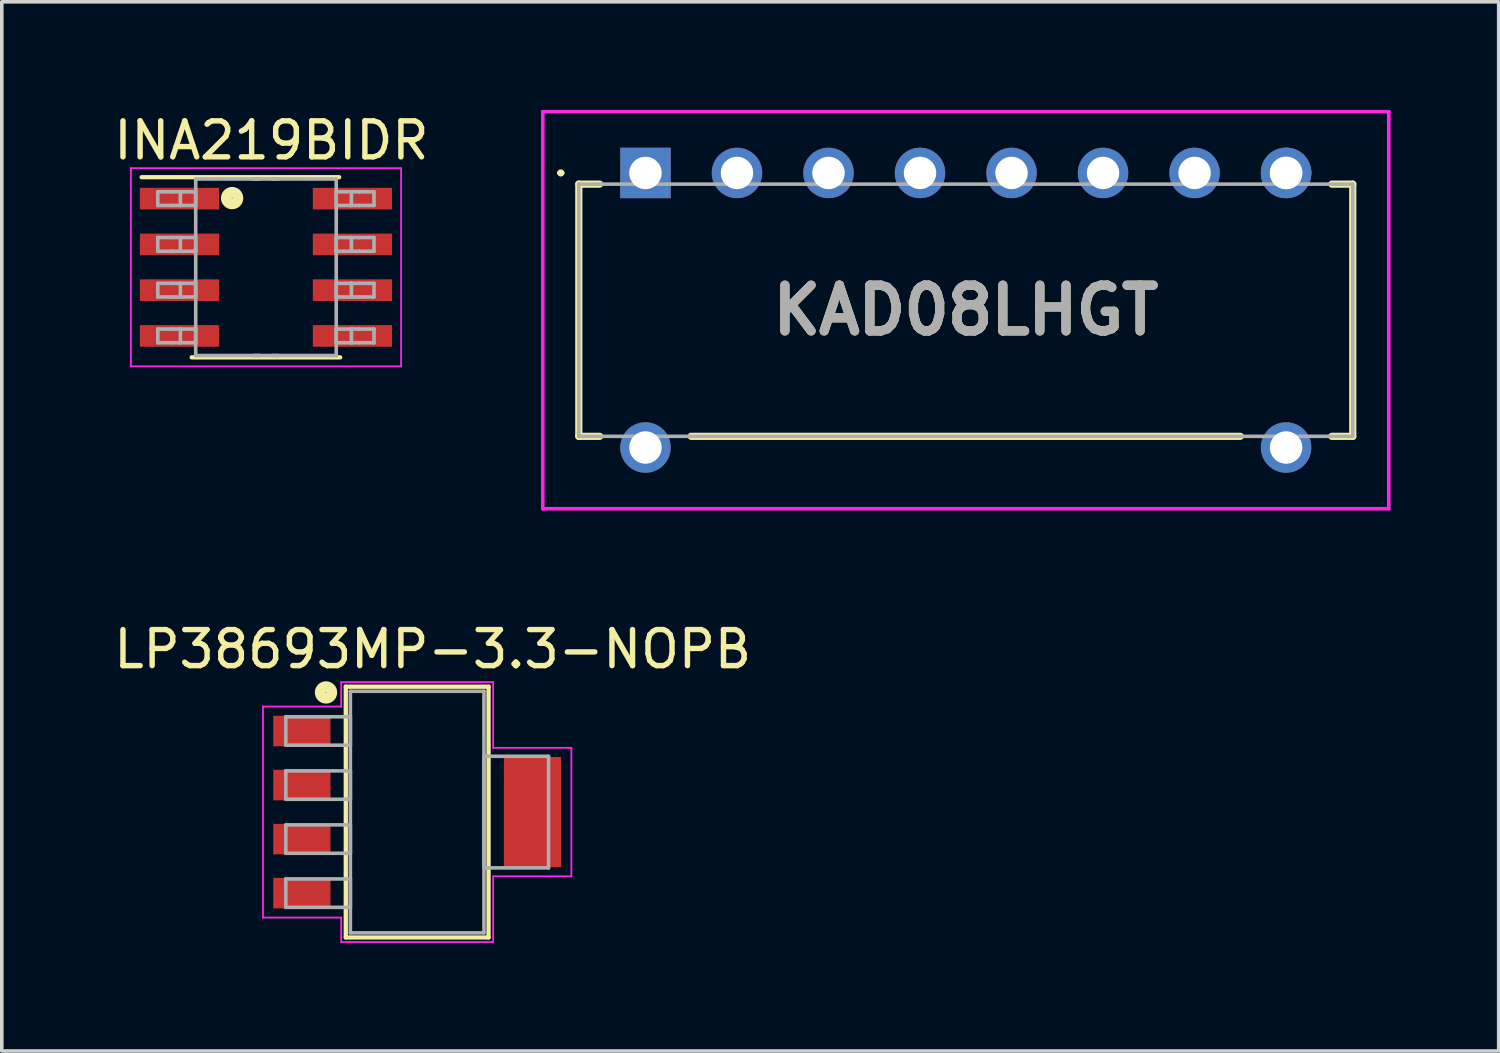
<source format=kicad_pcb>
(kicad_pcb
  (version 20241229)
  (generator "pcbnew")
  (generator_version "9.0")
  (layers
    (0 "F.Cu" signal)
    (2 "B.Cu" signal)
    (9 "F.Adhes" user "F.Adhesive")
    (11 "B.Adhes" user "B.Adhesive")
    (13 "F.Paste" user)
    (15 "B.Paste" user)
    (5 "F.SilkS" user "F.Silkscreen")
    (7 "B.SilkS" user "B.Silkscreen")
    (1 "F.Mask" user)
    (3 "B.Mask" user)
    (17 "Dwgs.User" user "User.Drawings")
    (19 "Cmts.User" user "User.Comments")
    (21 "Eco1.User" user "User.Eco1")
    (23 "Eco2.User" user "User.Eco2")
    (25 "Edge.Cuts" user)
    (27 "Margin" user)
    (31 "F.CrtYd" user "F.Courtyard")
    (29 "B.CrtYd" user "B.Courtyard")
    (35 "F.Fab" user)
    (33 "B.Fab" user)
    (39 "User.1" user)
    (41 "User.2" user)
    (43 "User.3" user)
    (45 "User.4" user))
  (footprint "KAD08LHGT"
    (layer "F.Cu")
    (at 14.864 1.75)
    (property "Reference" "KAD08LHGT" (at 8.89 3.81 0) (layer "F.SilkS") (effects (font (size 1.27 1.27) (thickness 0.254))))
    (attr through_hole)
    (fp_line (start -2.4 0) (end -2.4 0) (stroke (width 0.1) (type solid)) (layer "F.SilkS"))
    (fp_line (start -2.3 0) (end -2.3 0) (stroke (width 0.1) (type solid)) (layer "F.SilkS"))
    (fp_line (start -1.85 0.31) (end -1.27 0.31) (stroke (width 0.2) (type solid)) (layer "F.SilkS"))
    (fp_line (start -1.85 7.31) (end -1.85 0.31) (stroke (width 0.2) (type solid)) (layer "F.SilkS"))
    (fp_line (start -1.27 7.31) (end -1.85 7.31) (stroke (width 0.2) (type solid)) (layer "F.SilkS"))
    (fp_line (start 1.27 7.31) (end 16.51 7.31) (stroke (width 0.2) (type solid)) (layer "F.SilkS"))
    (fp_line (start 19.05 7.31) (end 19.63 7.31) (stroke (width 0.2) (type solid)) (layer "F.SilkS"))
    (fp_line (start 19.63 0.31) (end 19.05 0.31) (stroke (width 0.2) (type solid)) (layer "F.SilkS"))
    (fp_line (start 19.63 7.31) (end 19.63 0.31) (stroke (width 0.2) (type solid)) (layer "F.SilkS"))
    (fp_arc (start -2.4 0) (mid -2.35 -0.05) (end -2.3 0) (stroke (width 0.1) (type solid)) (layer "F.SilkS"))
    (fp_arc (start -2.3 0) (mid -2.35 0.05) (end -2.4 0) (stroke (width 0.1) (type solid)) (layer "F.SilkS"))
    (fp_line (start -2.85 -1.7) (end -2.85 9.32) (stroke (width 0.1) (type solid)) (layer "F.CrtYd"))
    (fp_line (start -2.85 9.32) (end 20.63 9.32) (stroke (width 0.1) (type solid)) (layer "F.CrtYd"))
    (fp_line (start 20.63 -1.7) (end -2.85 -1.7) (stroke (width 0.1) (type solid)) (layer "F.CrtYd"))
    (fp_line (start 20.63 9.32) (end 20.63 -1.7) (stroke (width 0.1) (type solid)) (layer "F.CrtYd"))
    (fp_line (start -1.85 0.31) (end -1.85 7.31) (stroke (width 0.1) (type solid)) (layer "F.Fab"))
    (fp_line (start -1.85 7.31) (end 19.63 7.31) (stroke (width 0.1) (type solid)) (layer "F.Fab"))
    (fp_line (start 19.63 0.31) (end -1.85 0.31) (stroke (width 0.1) (type solid)) (layer "F.Fab"))
    (fp_line (start 19.63 7.31) (end 19.63 0.31) (stroke (width 0.1) (type solid)) (layer "F.Fab"))
    (fp_text user "${REFERENCE}" (at 8.89 3.81 0) (layer "F.Fab") (effects (font (size 1.27 1.27) (thickness 0.254))))
    (pad "A1" thru_hole rect (at 0 0) (size 1.4 1.4) (drill 0.9) (layers "*.Cu" "*.Mask"))
    (pad "A2" thru_hole circle (at 2.54 0) (size 1.4 1.4) (drill 0.9) (layers "*.Cu" "*.Mask"))
    (pad "A3" thru_hole circle (at 5.08 0) (size 1.4 1.4) (drill 0.9) (layers "*.Cu" "*.Mask"))
    (pad "A4" thru_hole circle (at 7.62 0) (size 1.4 1.4) (drill 0.9) (layers "*.Cu" "*.Mask"))
    (pad "A5" thru_hole circle (at 10.16 0) (size 1.4 1.4) (drill 0.9) (layers "*.Cu" "*.Mask"))
    (pad "A6" thru_hole circle (at 12.7 0) (size 1.4 1.4) (drill 0.9) (layers "*.Cu" "*.Mask"))
    (pad "A7" thru_hole circle (at 15.24 0) (size 1.4 1.4) (drill 0.9) (layers "*.Cu" "*.Mask"))
    (pad "A8" thru_hole circle (at 17.78 0) (size 1.4 1.4) (drill 0.9) (layers "*.Cu" "*.Mask"))
    (pad "A9" thru_hole circle (at 17.78 0) (size 1.4 1.4) (drill 0.9) (layers "*.Cu" "*.Mask"))
    (pad "B1" thru_hole circle (at 0 7.62) (size 1.4 1.4) (drill 0.9) (layers "*.Cu" "*.Mask"))
    (pad "B8" thru_hole circle (at 17.78 7.62) (size 1.4 1.4) (drill 0.9) (layers "*.Cu" "*.Mask")))
  (footprint "INA219BIDR"
    (layer "F.Cu")
    (at 4.332 4.368)
    (property "Reference" "INA219BIDR" (at 0.15 -3.52 0) (layer "F.SilkS") (effects (font (size 1 1) (thickness 0.15))))
    (attr through_hole)
    (fp_line (start -3.45 -2.5) (end 2.03 -2.5) (stroke (width 0.12) (type solid)) (layer "F.SilkS"))
    (fp_line (start -2.06 2.5) (end 2.06 2.5) (stroke (width 0.12) (type solid)) (layer "F.SilkS"))
    (fp_circle (center -0.94 -1.92) (end -0.95 -1.92) (stroke (width 0.3) (type solid)) (fill no) (layer "F.SilkS"))
    (fp_line (start -3.75 -2.75) (end 3.75 -2.75) (stroke (width 0.05) (type solid)) (layer "F.CrtYd"))
    (fp_line (start -3.75 2.75) (end -3.75 -2.75) (stroke (width 0.05) (type solid)) (layer "F.CrtYd"))
    (fp_line (start -3.75 2.75) (end 3.75 2.75) (stroke (width 0.05) (type solid)) (layer "F.CrtYd"))
    (fp_line (start 3.75 2.75) (end 3.75 -2.75) (stroke (width 0.05) (type solid)) (layer "F.CrtYd"))
    (fp_line (start -3.002 -2.095) (end -2.589 -2.095) (stroke (width 0.1) (type solid)) (layer "F.Fab"))
    (fp_line (start -3.002 -1.715) (end -3.002 -2.095) (stroke (width 0.1) (type solid)) (layer "F.Fab"))
    (fp_line (start -3.002 -1.715) (end -2.589 -1.715) (stroke (width 0.1) (type solid)) (layer "F.Fab"))
    (fp_line (start -3.002 -0.825) (end -2.589 -0.825) (stroke (width 0.1) (type solid)) (layer "F.Fab"))
    (fp_line (start -3.002 -0.445) (end -3.002 -0.825) (stroke (width 0.1) (type solid)) (layer "F.Fab"))
    (fp_line (start -3.002 -0.445) (end -2.589 -0.445) (stroke (width 0.1) (type solid)) (layer "F.Fab"))
    (fp_line (start -3.002 0.445) (end -2.589 0.445) (stroke (width 0.1) (type solid)) (layer "F.Fab"))
    (fp_line (start -3.002 0.825) (end -3.002 0.445) (stroke (width 0.1) (type solid)) (layer "F.Fab"))
    (fp_line (start -3.002 0.825) (end -2.589 0.825) (stroke (width 0.1) (type solid)) (layer "F.Fab"))
    (fp_line (start -3.002 1.715) (end -2.589 1.715) (stroke (width 0.1) (type solid)) (layer "F.Fab"))
    (fp_line (start -3.002 2.095) (end -3.002 1.715) (stroke (width 0.1) (type solid)) (layer "F.Fab"))
    (fp_line (start -3.002 2.095) (end -2.589 2.095) (stroke (width 0.1) (type solid)) (layer "F.Fab"))
    (fp_line (start -2.589 -2.095) (end -2.375 -2.095) (stroke (width 0.1) (type solid)) (layer "F.Fab"))
    (fp_line (start -2.589 -1.715) (end -2.375 -1.715) (stroke (width 0.1) (type solid)) (layer "F.Fab"))
    (fp_line (start -2.589 -0.825) (end -2.375 -0.825) (stroke (width 0.1) (type solid)) (layer "F.Fab"))
    (fp_line (start -2.589 -0.445) (end -2.375 -0.445) (stroke (width 0.1) (type solid)) (layer "F.Fab"))
    (fp_line (start -2.589 0.445) (end -2.375 0.445) (stroke (width 0.1) (type solid)) (layer "F.Fab"))
    (fp_line (start -2.589 0.825) (end -2.375 0.825) (stroke (width 0.1) (type solid)) (layer "F.Fab"))
    (fp_line (start -2.589 1.715) (end -2.375 1.715) (stroke (width 0.1) (type solid)) (layer "F.Fab"))
    (fp_line (start -2.589 2.095) (end -2.375 2.095) (stroke (width 0.1) (type solid)) (layer "F.Fab"))
    (fp_line (start -2.375 -2.095) (end -1.995 -2.095) (stroke (width 0.1) (type solid)) (layer "F.Fab"))
    (fp_line (start -2.375 -1.715) (end -2.375 -2.095) (stroke (width 0.1) (type solid)) (layer "F.Fab"))
    (fp_line (start -2.375 -1.715) (end -1.995 -1.715) (stroke (width 0.1) (type solid)) (layer "F.Fab"))
    (fp_line (start -2.375 -0.825) (end -1.995 -0.825) (stroke (width 0.1) (type solid)) (layer "F.Fab"))
    (fp_line (start -2.375 -0.445) (end -2.375 -0.825) (stroke (width 0.1) (type solid)) (layer "F.Fab"))
    (fp_line (start -2.375 -0.445) (end -1.995 -0.445) (stroke (width 0.1) (type solid)) (layer "F.Fab"))
    (fp_line (start -2.375 0.445) (end -1.995 0.445) (stroke (width 0.1) (type solid)) (layer "F.Fab"))
    (fp_line (start -2.375 0.825) (end -2.375 0.445) (stroke (width 0.1) (type solid)) (layer "F.Fab"))
    (fp_line (start -2.375 0.825) (end -1.995 0.825) (stroke (width 0.1) (type solid)) (layer "F.Fab"))
    (fp_line (start -2.375 1.715) (end -1.995 1.715) (stroke (width 0.1) (type solid)) (layer "F.Fab"))
    (fp_line (start -2.375 2.095) (end -2.375 1.715) (stroke (width 0.1) (type solid)) (layer "F.Fab"))
    (fp_line (start -2.375 2.095) (end -1.995 2.095) (stroke (width 0.1) (type solid)) (layer "F.Fab"))
    (fp_line (start -1.995 -2.095) (end -1.952 -2.095) (stroke (width 0.1) (type solid)) (layer "F.Fab"))
    (fp_line (start -1.995 -1.715) (end -1.952 -1.715) (stroke (width 0.1) (type solid)) (layer "F.Fab"))
    (fp_line (start -1.995 -0.825) (end -1.952 -0.825) (stroke (width 0.1) (type solid)) (layer "F.Fab"))
    (fp_line (start -1.995 -0.445) (end -1.952 -0.445) (stroke (width 0.1) (type solid)) (layer "F.Fab"))
    (fp_line (start -1.995 0.445) (end -1.952 0.445) (stroke (width 0.1) (type solid)) (layer "F.Fab"))
    (fp_line (start -1.995 0.825) (end -1.952 0.825) (stroke (width 0.1) (type solid)) (layer "F.Fab"))
    (fp_line (start -1.995 1.715) (end -1.952 1.715) (stroke (width 0.1) (type solid)) (layer "F.Fab"))
    (fp_line (start -1.995 2.095) (end -1.952 2.095) (stroke (width 0.1) (type solid)) (layer "F.Fab"))
    (fp_line (start -1.952 -1.715) (end -1.952 -2.095) (stroke (width 0.1) (type solid)) (layer "F.Fab"))
    (fp_line (start -1.952 -0.445) (end -1.952 -0.825) (stroke (width 0.1) (type solid)) (layer "F.Fab"))
    (fp_line (start -1.952 0.825) (end -1.952 0.445) (stroke (width 0.1) (type solid)) (layer "F.Fab"))
    (fp_line (start -1.952 2.095) (end -1.952 1.715) (stroke (width 0.1) (type solid)) (layer "F.Fab"))
    (fp_line (start -1.95 -2.45) (end -0.332 -2.45) (stroke (width 0.1) (type solid)) (layer "F.Fab"))
    (fp_line (start -1.95 2.45) (end -1.95 -2.45) (stroke (width 0.1) (type solid)) (layer "F.Fab"))
    (fp_line (start -1.95 2.45) (end -0.332 2.45) (stroke (width 0.1) (type solid)) (layer "F.Fab"))
    (fp_line (start -0.332 -2.45) (end -0.182 -2.45) (stroke (width 0.1) (type solid)) (layer "F.Fab"))
    (fp_line (start -0.332 -2.45) (end -0.182 -2.45) (stroke (width 0.1) (type solid)) (layer "F.Fab"))
    (fp_line (start -0.332 2.45) (end -0.182 2.45) (stroke (width 0.1) (type solid)) (layer "F.Fab"))
    (fp_line (start -0.332 2.45) (end -0.182 2.45) (stroke (width 0.1) (type solid)) (layer "F.Fab"))
    (fp_line (start -0.182 -2.45) (end 0.178 -2.45) (stroke (width 0.1) (type solid)) (layer "F.Fab"))
    (fp_line (start -0.182 2.45) (end 0.178 2.45) (stroke (width 0.1) (type solid)) (layer "F.Fab"))
    (fp_line (start 0.178 -2.45) (end 0.328 -2.45) (stroke (width 0.1) (type solid)) (layer "F.Fab"))
    (fp_line (start 0.178 -2.45) (end 0.328 -2.45) (stroke (width 0.1) (type solid)) (layer "F.Fab"))
    (fp_line (start 0.178 2.45) (end 0.328 2.45) (stroke (width 0.1) (type solid)) (layer "F.Fab"))
    (fp_line (start 0.178 2.45) (end 0.328 2.45) (stroke (width 0.1) (type solid)) (layer "F.Fab"))
    (fp_line (start 0.328 -2.45) (end 1.95 -2.45) (stroke (width 0.1) (type solid)) (layer "F.Fab"))
    (fp_line (start 0.328 2.45) (end 1.95 2.45) (stroke (width 0.1) (type solid)) (layer "F.Fab"))
    (fp_line (start 1.948 -2.095) (end 1.991 -2.095) (stroke (width 0.1) (type solid)) (layer "F.Fab"))
    (fp_line (start 1.948 -1.715) (end 1.948 -2.095) (stroke (width 0.1) (type solid)) (layer "F.Fab"))
    (fp_line (start 1.948 -1.715) (end 1.991 -1.715) (stroke (width 0.1) (type solid)) (layer "F.Fab"))
    (fp_line (start 1.948 -0.825) (end 1.991 -0.825) (stroke (width 0.1) (type solid)) (layer "F.Fab"))
    (fp_line (start 1.948 -0.445) (end 1.948 -0.825) (stroke (width 0.1) (type solid)) (layer "F.Fab"))
    (fp_line (start 1.948 -0.445) (end 1.991 -0.445) (stroke (width 0.1) (type solid)) (layer "F.Fab"))
    (fp_line (start 1.948 0.445) (end 1.991 0.445) (stroke (width 0.1) (type solid)) (layer "F.Fab"))
    (fp_line (start 1.948 0.825) (end 1.948 0.445) (stroke (width 0.1) (type solid)) (layer "F.Fab"))
    (fp_line (start 1.948 0.825) (end 1.991 0.825) (stroke (width 0.1) (type solid)) (layer "F.Fab"))
    (fp_line (start 1.948 1.715) (end 1.991 1.715) (stroke (width 0.1) (type solid)) (layer "F.Fab"))
    (fp_line (start 1.948 2.095) (end 1.948 1.715) (stroke (width 0.1) (type solid)) (layer "F.Fab"))
    (fp_line (start 1.948 2.095) (end 1.991 2.095) (stroke (width 0.1) (type solid)) (layer "F.Fab"))
    (fp_line (start 1.95 2.45) (end 1.95 -2.45) (stroke (width 0.1) (type solid)) (layer "F.Fab"))
    (fp_line (start 1.991 -2.095) (end 2.371 -2.095) (stroke (width 0.1) (type solid)) (layer "F.Fab"))
    (fp_line (start 1.991 -1.715) (end 2.371 -1.715) (stroke (width 0.1) (type solid)) (layer "F.Fab"))
    (fp_line (start 1.991 -0.825) (end 2.371 -0.825) (stroke (width 0.1) (type solid)) (layer "F.Fab"))
    (fp_line (start 1.991 -0.445) (end 2.371 -0.445) (stroke (width 0.1) (type solid)) (layer "F.Fab"))
    (fp_line (start 1.991 0.445) (end 2.371 0.445) (stroke (width 0.1) (type solid)) (layer "F.Fab"))
    (fp_line (start 1.991 0.825) (end 2.371 0.825) (stroke (width 0.1) (type solid)) (layer "F.Fab"))
    (fp_line (start 1.991 1.715) (end 2.371 1.715) (stroke (width 0.1) (type solid)) (layer "F.Fab"))
    (fp_line (start 1.991 2.095) (end 2.371 2.095) (stroke (width 0.1) (type solid)) (layer "F.Fab"))
    (fp_line (start 2.371 -2.095) (end 2.585 -2.095) (stroke (width 0.1) (type solid)) (layer "F.Fab"))
    (fp_line (start 2.371 -1.715) (end 2.371 -2.095) (stroke (width 0.1) (type solid)) (layer "F.Fab"))
    (fp_line (start 2.371 -1.715) (end 2.585 -1.715) (stroke (width 0.1) (type solid)) (layer "F.Fab"))
    (fp_line (start 2.371 -0.825) (end 2.585 -0.825) (stroke (width 0.1) (type solid)) (layer "F.Fab"))
    (fp_line (start 2.371 -0.445) (end 2.371 -0.825) (stroke (width 0.1) (type solid)) (layer "F.Fab"))
    (fp_line (start 2.371 -0.445) (end 2.585 -0.445) (stroke (width 0.1) (type solid)) (layer "F.Fab"))
    (fp_line (start 2.371 0.445) (end 2.585 0.445) (stroke (width 0.1) (type solid)) (layer "F.Fab"))
    (fp_line (start 2.371 0.825) (end 2.371 0.445) (stroke (width 0.1) (type solid)) (layer "F.Fab"))
    (fp_line (start 2.371 0.825) (end 2.585 0.825) (stroke (width 0.1) (type solid)) (layer "F.Fab"))
    (fp_line (start 2.371 1.715) (end 2.585 1.715) (stroke (width 0.1) (type solid)) (layer "F.Fab"))
    (fp_line (start 2.371 2.095) (end 2.371 1.715) (stroke (width 0.1) (type solid)) (layer "F.Fab"))
    (fp_line (start 2.371 2.095) (end 2.585 2.095) (stroke (width 0.1) (type solid)) (layer "F.Fab"))
    (fp_line (start 2.585 -2.095) (end 2.998 -2.095) (stroke (width 0.1) (type solid)) (layer "F.Fab"))
    (fp_line (start 2.585 -1.715) (end 2.998 -1.715) (stroke (width 0.1) (type solid)) (layer "F.Fab"))
    (fp_line (start 2.585 -0.825) (end 2.998 -0.825) (stroke (width 0.1) (type solid)) (layer "F.Fab"))
    (fp_line (start 2.585 -0.445) (end 2.998 -0.445) (stroke (width 0.1) (type solid)) (layer "F.Fab"))
    (fp_line (start 2.585 0.445) (end 2.998 0.445) (stroke (width 0.1) (type solid)) (layer "F.Fab"))
    (fp_line (start 2.585 0.825) (end 2.998 0.825) (stroke (width 0.1) (type solid)) (layer "F.Fab"))
    (fp_line (start 2.585 1.715) (end 2.998 1.715) (stroke (width 0.1) (type solid)) (layer "F.Fab"))
    (fp_line (start 2.585 2.095) (end 2.998 2.095) (stroke (width 0.1) (type solid)) (layer "F.Fab"))
    (fp_line (start 2.998 -1.715) (end 2.998 -2.095) (stroke (width 0.1) (type solid)) (layer "F.Fab"))
    (fp_line (start 2.998 -0.445) (end 2.998 -0.825) (stroke (width 0.1) (type solid)) (layer "F.Fab"))
    (fp_line (start 2.998 0.825) (end 2.998 0.445) (stroke (width 0.1) (type solid)) (layer "F.Fab"))
    (fp_line (start 2.998 2.095) (end 2.998 1.715) (stroke (width 0.1) (type solid)) (layer "F.Fab"))
    (pad "1" smd rect (at -2.4 -1.905 90) (size 0.6 2.2) (layers "F.Cu" "F.Mask" "F.Paste"))
    (pad "2" smd rect (at -2.4 -0.635 90) (size 0.6 2.2) (layers "F.Cu" "F.Mask" "F.Paste"))
    (pad "3" smd rect (at -2.4 0.635 90) (size 0.6 2.2) (layers "F.Cu" "F.Mask" "F.Paste"))
    (pad "4" smd rect (at -2.4 1.905 90) (size 0.6 2.2) (layers "F.Cu" "F.Mask" "F.Paste"))
    (pad "5" smd rect (at 2.4 1.905 90) (size 0.6 2.2) (layers "F.Cu" "F.Mask" "F.Paste"))
    (pad "6" smd rect (at 2.4 0.635 90) (size 0.6 2.2) (layers "F.Cu" "F.Mask" "F.Paste"))
    (pad "7" smd rect (at 2.4 -0.635 90) (size 0.6 2.2) (layers "F.Cu" "F.Mask" "F.Paste"))
    (pad "8" smd rect (at 2.4 -1.905 90) (size 0.6 2.2) (layers "F.Cu" "F.Mask" "F.Paste")))
  (footprint "LP38693MP-3.3-NOPB"
    (layer "F.Cu")
    (at 8.528 19.488)
    (property "Reference" "LP38693MP-3.3-NOPB" (at 0.43 -4.52 0) (layer "F.SilkS") (effects (font (size 1 1) (thickness 0.15))))
    (attr through_hole)
    (fp_line (start -1.981 -3.48) (end -1.981 3.48) (stroke (width 0.12) (type solid)) (layer "F.SilkS"))
    (fp_line (start -1.981 3.48) (end 1.981 3.48) (stroke (width 0.12) (type solid)) (layer "F.SilkS"))
    (fp_line (start 1.981 -3.48) (end -1.981 -3.48) (stroke (width 0.12) (type solid)) (layer "F.SilkS"))
    (fp_line (start 1.981 3.48) (end 1.981 -3.48) (stroke (width 0.12) (type solid)) (layer "F.SilkS"))
    (fp_circle (center -2.53 -3.32) (end -2.54 -3.32) (stroke (width 0.3) (type solid)) (fill no) (layer "F.SilkS"))
    (fp_line (start -4.28 -2.928) (end -2.108 -2.928) (stroke (width 0.05) (type solid)) (layer "F.CrtYd"))
    (fp_line (start -4.28 2.928) (end -4.28 -2.928) (stroke (width 0.05) (type solid)) (layer "F.CrtYd"))
    (fp_line (start -2.108 -3.607) (end 2.108 -3.607) (stroke (width 0.05) (type solid)) (layer "F.CrtYd"))
    (fp_line (start -2.108 -2.928) (end -2.108 -3.607) (stroke (width 0.05) (type solid)) (layer "F.CrtYd"))
    (fp_line (start -2.108 2.928) (end -4.28 2.928) (stroke (width 0.05) (type solid)) (layer "F.CrtYd"))
    (fp_line (start -2.108 3.607) (end -2.108 2.928) (stroke (width 0.05) (type solid)) (layer "F.CrtYd"))
    (fp_line (start 2.108 -3.607) (end 2.108 -1.783) (stroke (width 0.05) (type solid)) (layer "F.CrtYd"))
    (fp_line (start 2.108 -1.783) (end 4.28 -1.783) (stroke (width 0.05) (type solid)) (layer "F.CrtYd"))
    (fp_line (start 2.108 1.783) (end 2.108 3.607) (stroke (width 0.05) (type solid)) (layer "F.CrtYd"))
    (fp_line (start 2.108 3.607) (end -2.108 3.607) (stroke (width 0.05) (type solid)) (layer "F.CrtYd"))
    (fp_line (start 4.28 -1.783) (end 4.28 1.783) (stroke (width 0.05) (type solid)) (layer "F.CrtYd"))
    (fp_line (start 4.28 1.783) (end 2.108 1.783) (stroke (width 0.05) (type solid)) (layer "F.CrtYd"))
    (fp_line (start -3.645 -2.644) (end -3.645 -1.856) (stroke (width 0.1) (type solid)) (layer "F.Fab"))
    (fp_line (start -3.645 -1.856) (end -1.854 -1.856) (stroke (width 0.1) (type solid)) (layer "F.Fab"))
    (fp_line (start -3.645 -1.144) (end -3.645 -0.356) (stroke (width 0.1) (type solid)) (layer "F.Fab"))
    (fp_line (start -3.645 -0.356) (end -1.854 -0.356) (stroke (width 0.1) (type solid)) (layer "F.Fab"))
    (fp_line (start -3.645 0.356) (end -3.645 1.144) (stroke (width 0.1) (type solid)) (layer "F.Fab"))
    (fp_line (start -3.645 1.144) (end -1.854 1.144) (stroke (width 0.1) (type solid)) (layer "F.Fab"))
    (fp_line (start -3.645 1.856) (end -3.645 2.644) (stroke (width 0.1) (type solid)) (layer "F.Fab"))
    (fp_line (start -3.645 2.644) (end -1.854 2.644) (stroke (width 0.1) (type solid)) (layer "F.Fab"))
    (fp_line (start -1.854 -3.353) (end -1.854 3.353) (stroke (width 0.1) (type solid)) (layer "F.Fab"))
    (fp_line (start -1.854 -2.644) (end -3.645 -2.644) (stroke (width 0.1) (type solid)) (layer "F.Fab"))
    (fp_line (start -1.854 -1.856) (end -1.854 -2.644) (stroke (width 0.1) (type solid)) (layer "F.Fab"))
    (fp_line (start -1.854 -1.144) (end -3.645 -1.144) (stroke (width 0.1) (type solid)) (layer "F.Fab"))
    (fp_line (start -1.854 -0.356) (end -1.854 -1.144) (stroke (width 0.1) (type solid)) (layer "F.Fab"))
    (fp_line (start -1.854 0.356) (end -3.645 0.356) (stroke (width 0.1) (type solid)) (layer "F.Fab"))
    (fp_line (start -1.854 1.144) (end -1.854 0.356) (stroke (width 0.1) (type solid)) (layer "F.Fab"))
    (fp_line (start -1.854 1.856) (end -3.645 1.856) (stroke (width 0.1) (type solid)) (layer "F.Fab"))
    (fp_line (start -1.854 2.644) (end -1.854 1.856) (stroke (width 0.1) (type solid)) (layer "F.Fab"))
    (fp_line (start -1.854 3.353) (end 1.854 3.353) (stroke (width 0.1) (type solid)) (layer "F.Fab"))
    (fp_line (start 1.854 -3.353) (end -1.854 -3.353) (stroke (width 0.1) (type solid)) (layer "F.Fab"))
    (fp_line (start 1.854 -1.549) (end 1.854 1.549) (stroke (width 0.1) (type solid)) (layer "F.Fab"))
    (fp_line (start 1.854 1.549) (end 3.645 1.549) (stroke (width 0.1) (type solid)) (layer "F.Fab"))
    (fp_line (start 1.854 3.353) (end 1.854 -3.353) (stroke (width 0.1) (type solid)) (layer "F.Fab"))
    (fp_line (start 3.645 -1.549) (end 1.854 -1.549) (stroke (width 0.1) (type solid)) (layer "F.Fab"))
    (fp_line (start 3.645 1.549) (end 3.645 -1.549) (stroke (width 0.1) (type solid)) (layer "F.Fab"))
    (pad "1" smd rect (at -3.2 -2.25) (size 1.589 0.847) (layers "F.Cu" "F.Mask" "F.Paste"))
    (pad "2" smd rect (at -3.2 -0.75) (size 1.589 0.847) (layers "F.Cu" "F.Mask" "F.Paste"))
    (pad "3" smd rect (at -3.2 0.75) (size 1.589 0.847) (layers "F.Cu" "F.Mask" "F.Paste"))
    (pad "4" smd rect (at -3.2 2.25) (size 1.589 0.847) (layers "F.Cu" "F.Mask" "F.Paste"))
    (pad "5" smd rect (at 3.2 0) (size 1.589 3.059) (layers "F.Cu" "F.Mask" "F.Paste")))
  (gr_rect
    (start -3 -3)
    (end 38.544 26.12)
    (stroke (width 0.1) (type default))
    (fill no)
    (layer "Edge.Cuts")))
</source>
